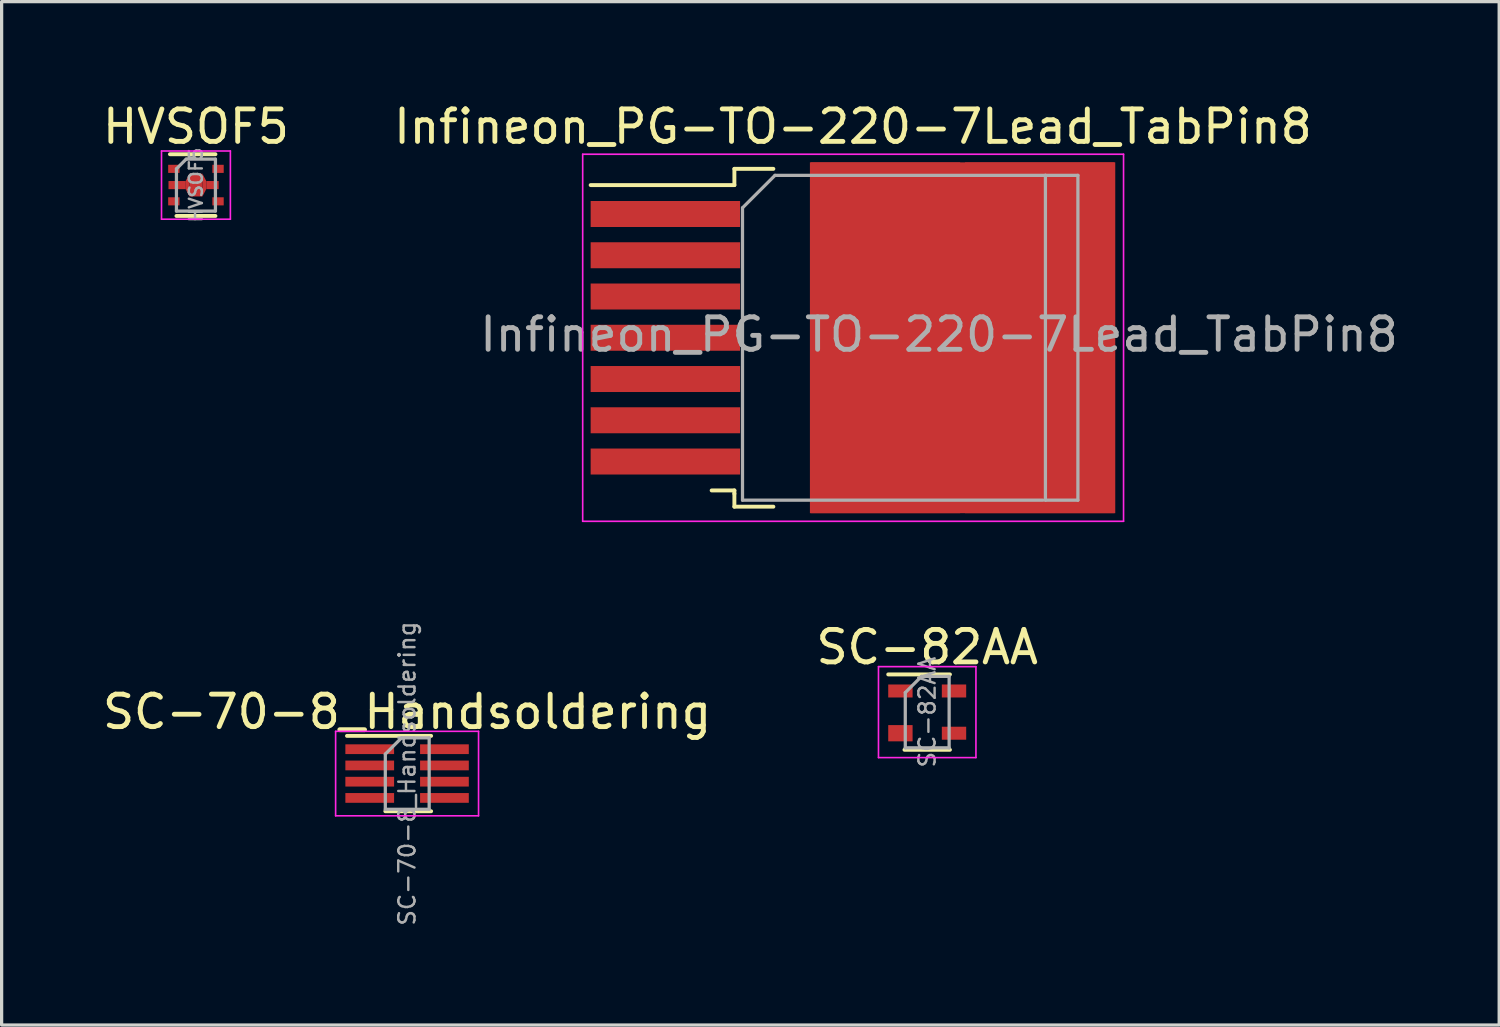
<source format=kicad_pcb>
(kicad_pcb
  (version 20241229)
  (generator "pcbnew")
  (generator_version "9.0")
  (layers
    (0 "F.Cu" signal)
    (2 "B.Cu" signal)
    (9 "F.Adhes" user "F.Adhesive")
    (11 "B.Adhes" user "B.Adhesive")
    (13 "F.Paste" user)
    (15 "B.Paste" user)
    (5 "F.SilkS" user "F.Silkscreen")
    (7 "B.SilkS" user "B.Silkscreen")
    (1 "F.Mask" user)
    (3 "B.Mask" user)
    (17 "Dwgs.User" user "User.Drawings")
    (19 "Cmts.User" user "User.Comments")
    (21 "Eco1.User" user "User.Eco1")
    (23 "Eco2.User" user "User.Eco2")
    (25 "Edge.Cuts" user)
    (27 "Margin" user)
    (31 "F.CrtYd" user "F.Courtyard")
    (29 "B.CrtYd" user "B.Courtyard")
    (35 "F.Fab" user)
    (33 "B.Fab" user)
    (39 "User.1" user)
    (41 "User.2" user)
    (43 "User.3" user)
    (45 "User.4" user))
  (footprint "HVSOF5"
    (layer "F.Cu")
    (at 2.982 2.648)
    (property "Reference" "HVSOF5" (at 0 -1.8 0) (layer "F.SilkS") (effects (font (size 1 1) (thickness 0.15))))
    (attr smd)
    (fp_line (start -0.8 -0.95) (end 0.6 -0.95) (stroke (width 0.12) (type solid)) (layer "F.SilkS"))
    (fp_line (start -0.6 0.95) (end 0.6 0.95) (stroke (width 0.12) (type solid)) (layer "F.SilkS"))
    (fp_line (start -1.06 -1.05) (end -1.06 1.05) (stroke (width 0.05) (type solid)) (layer "F.CrtYd"))
    (fp_line (start -1.06 -1.05) (end 1.06 -1.05) (stroke (width 0.05) (type solid)) (layer "F.CrtYd"))
    (fp_line (start 1.06 1.05) (end -1.06 1.05) (stroke (width 0.05) (type solid)) (layer "F.CrtYd"))
    (fp_line (start 1.06 1.05) (end 1.06 -1.05) (stroke (width 0.05) (type solid)) (layer "F.CrtYd"))
    (fp_line (start -0.6 -0.5) (end -0.6 0.8) (stroke (width 0.1) (type solid)) (layer "F.Fab"))
    (fp_line (start -0.6 -0.5) (end -0.3 -0.8) (stroke (width 0.1) (type solid)) (layer "F.Fab"))
    (fp_line (start 0.6 -0.8) (end -0.3 -0.8) (stroke (width 0.1) (type solid)) (layer "F.Fab"))
    (fp_line (start 0.6 -0.8) (end 0.6 0.8) (stroke (width 0.1) (type solid)) (layer "F.Fab"))
    (fp_line (start 0.6 0.8) (end -0.6 0.8) (stroke (width 0.1) (type solid)) (layer "F.Fab"))
    (fp_text user "${REFERENCE}" (at 0 0 90) (layer "F.Fab") (effects (font (size 0.4 0.4) (thickness 0.075))))
    (pad "1" smd rect (at -0.68 -0.5 270) (size 0.25 0.35) (layers "F.Cu" "F.Mask" "F.Paste"))
    (pad "2" smd rect (at -0.58 0 270) (size 0.25 0.53) (layers "F.Cu" "F.Mask" "F.Paste"))
    (pad "2" smd trapezoid (at -0.26 0 270) (size 0.47 0.12) (rect_delta 0 -0.23) (layers "F.Cu" "F.Mask" "F.Paste"))
    (pad "2" smd rect (at 0 0 270) (size 0.7 0.4) (layers "F.Cu" "F.Mask" "F.Paste"))
    (pad "2" smd trapezoid (at 0.26 0 270) (size 0.47 0.12) (rect_delta 0 0.23) (layers "F.Cu" "F.Mask" "F.Paste"))
    (pad "2" smd rect (at 0.51 0 270) (size 0.25 0.38) (layers "F.Cu" "F.Mask" "F.Paste"))
    (pad "3" smd rect (at -0.68 0.5 270) (size 0.25 0.35) (layers "F.Cu" "F.Mask" "F.Paste"))
    (pad "4" smd rect (at 0.68 0.5 270) (size 0.25 0.35) (layers "F.Cu" "F.Mask" "F.Paste"))
    (pad "5" smd rect (at 0.68 -0.5 270) (size 0.25 0.35) (layers "F.Cu" "F.Mask" "F.Paste")))
  (footprint "SC-82AA"
    (layer "F.Cu")
    (at 25.494 18.872)
    (property "Reference" "SC-82AA" (at 0 -2 0) (layer "F.SilkS") (effects (font (size 1 1) (thickness 0.15))))
    (attr smd)
    (fp_line (start -0.7 1.16) (end 0.7 1.16) (stroke (width 0.12) (type solid)) (layer "F.SilkS"))
    (fp_line (start 0.7 -1.16) (end -1.2 -1.16) (stroke (width 0.12) (type solid)) (layer "F.SilkS"))
    (fp_line (start -1.5 -1.4) (end -1.5 1.4) (stroke (width 0.05) (type solid)) (layer "F.CrtYd"))
    (fp_line (start -1.5 -1.4) (end 1.5 -1.4) (stroke (width 0.05) (type solid)) (layer "F.CrtYd"))
    (fp_line (start -1.5 1.4) (end 1.5 1.4) (stroke (width 0.05) (type solid)) (layer "F.CrtYd"))
    (fp_line (start 1.5 1.4) (end 1.5 -1.4) (stroke (width 0.05) (type solid)) (layer "F.CrtYd"))
    (fp_line (start -0.675 -0.6) (end -0.675 1.1) (stroke (width 0.1) (type solid)) (layer "F.Fab"))
    (fp_line (start -0.175 -1.1) (end -0.675 -0.6) (stroke (width 0.1) (type solid)) (layer "F.Fab"))
    (fp_line (start 0.675 -1.1) (end -0.175 -1.1) (stroke (width 0.1) (type solid)) (layer "F.Fab"))
    (fp_line (start 0.675 -1.1) (end 0.675 1.1) (stroke (width 0.1) (type solid)) (layer "F.Fab"))
    (fp_line (start 0.675 1.1) (end -0.675 1.1) (stroke (width 0.1) (type solid)) (layer "F.Fab"))
    (fp_text user "${REFERENCE}" (at 0 0 90) (layer "F.Fab") (effects (font (size 0.5 0.5) (thickness 0.075))))
    (pad "1" smd rect (at -0.825 -0.65) (size 0.75 0.4) (layers "F.Cu" "F.Mask" "F.Paste"))
    (pad "2" smd rect (at -0.825 0.65) (size 0.75 0.5) (layers "F.Cu" "F.Mask" "F.Paste"))
    (pad "3" smd rect (at 0.825 0.65) (size 0.75 0.4) (layers "F.Cu" "F.Mask" "F.Paste"))
    (pad "4" smd rect (at 0.825 -0.65) (size 0.75 0.4) (layers "F.Cu" "F.Mask" "F.Paste")))
  (footprint "SC-70-8_Handsoldering"
    (layer "F.Cu")
    (at 9.482 20.764)
    (property "Reference" "SC-70-8_Handsoldering" (at 0 -1.9 0) (layer "F.SilkS") (effects (font (size 1 1) (thickness 0.15))))
    (attr smd)
    (fp_line (start -0.67 1.16) (end 0.74 1.16) (stroke (width 0.12) (type solid)) (layer "F.SilkS"))
    (fp_line (start 0.74 -1.16) (end -1.85 -1.16) (stroke (width 0.12) (type solid)) (layer "F.SilkS"))
    (fp_line (start -2.2 -1.3) (end 2.2 -1.3) (stroke (width 0.05) (type solid)) (layer "F.CrtYd"))
    (fp_line (start -2.2 1.3) (end -2.2 -1.3) (stroke (width 0.05) (type solid)) (layer "F.CrtYd"))
    (fp_line (start 2.2 -1.3) (end 2.2 1.3) (stroke (width 0.05) (type solid)) (layer "F.CrtYd"))
    (fp_line (start 2.2 1.3) (end -2.2 1.3) (stroke (width 0.05) (type solid)) (layer "F.CrtYd"))
    (fp_line (start -0.67 -0.6) (end -0.67 1.1) (stroke (width 0.1) (type solid)) (layer "F.Fab"))
    (fp_line (start -0.17 -1.1) (end -0.67 -0.6) (stroke (width 0.1) (type solid)) (layer "F.Fab"))
    (fp_line (start 0.68 -1.1) (end -0.17 -1.1) (stroke (width 0.1) (type solid)) (layer "F.Fab"))
    (fp_line (start 0.68 -1.1) (end 0.68 1.1) (stroke (width 0.1) (type solid)) (layer "F.Fab"))
    (fp_line (start 0.68 1.1) (end -0.67 1.1) (stroke (width 0.1) (type solid)) (layer "F.Fab"))
    (fp_text user "${REFERENCE}" (at 0 0 90) (layer "F.Fab") (effects (font (size 0.5 0.5) (thickness 0.075))))
    (pad "1" smd rect (at -1.15 -0.75 270) (size 0.3 1.5) (layers "F.Cu" "F.Mask" "F.Paste"))
    (pad "2" smd rect (at -1.15 -0.25 270) (size 0.3 1.5) (layers "F.Cu" "F.Mask" "F.Paste"))
    (pad "3" smd rect (at -1.15 0.25 270) (size 0.3 1.5) (layers "F.Cu" "F.Mask" "F.Paste"))
    (pad "4" smd rect (at -1.15 0.75 270) (size 0.3 1.5) (layers "F.Cu" "F.Mask" "F.Paste"))
    (pad "5" smd rect (at 1.15 0.75 270) (size 0.3 1.5) (layers "F.Cu" "F.Mask" "F.Paste"))
    (pad "6" smd rect (at 1.15 0.25 270) (size 0.3 1.5) (layers "F.Cu" "F.Mask" "F.Paste"))
    (pad "7" smd rect (at 1.15 -0.25 270) (size 0.3 1.5) (layers "F.Cu" "F.Mask" "F.Paste"))
    (pad "8" smd rect (at 1.15 -0.75 270) (size 0.3 1.5) (layers "F.Cu" "F.Mask" "F.Paste")))
  (footprint "Infineon_PG-TO-220-7Lead_TabPin8"
    (layer "F.Cu")
    (at 23.208 7.348)
    (property "Reference" "Infineon_PG-TO-220-7Lead_TabPin8" (at 0 -6.5 0) (layer "F.SilkS") (effects (font (size 1 1) (thickness 0.15))))
    (attr smd)
    (fp_line (start -8.075 -4.7) (end -3.65 -4.7) (stroke (width 0.12) (type solid)) (layer "F.SilkS"))
    (fp_line (start -4.35 4.7) (end -3.65 4.7) (stroke (width 0.12) (type solid)) (layer "F.SilkS"))
    (fp_line (start -3.65 -5.2) (end -2.45 -5.2) (stroke (width 0.12) (type solid)) (layer "F.SilkS"))
    (fp_line (start -3.65 -4.7) (end -3.65 -5.2) (stroke (width 0.12) (type solid)) (layer "F.SilkS"))
    (fp_line (start -3.65 4.7) (end -3.65 4.8) (stroke (width 0.12) (type solid)) (layer "F.SilkS"))
    (fp_line (start -3.65 5.2) (end -3.65 4.8) (stroke (width 0.12) (type solid)) (layer "F.SilkS"))
    (fp_line (start -2.45 5.2) (end -3.65 5.2) (stroke (width 0.12) (type solid)) (layer "F.SilkS"))
    (fp_line (start -8.32 -5.65) (end -8.32 5.65) (stroke (width 0.05) (type solid)) (layer "F.CrtYd"))
    (fp_line (start -8.32 -5.65) (end 8.33 -5.65) (stroke (width 0.05) (type solid)) (layer "F.CrtYd"))
    (fp_line (start 8.33 5.65) (end -8.32 5.65) (stroke (width 0.05) (type solid)) (layer "F.CrtYd"))
    (fp_line (start 8.33 5.65) (end 8.33 -5.65) (stroke (width 0.05) (type solid)) (layer "F.CrtYd"))
    (fp_line (start -3.4 -4) (end -3.4 5) (stroke (width 0.1) (type solid)) (layer "F.Fab"))
    (fp_line (start -3.4 -4) (end -2.4 -5) (stroke (width 0.1) (type solid)) (layer "F.Fab"))
    (fp_line (start -3.4 5) (end 5.85 5) (stroke (width 0.1) (type solid)) (layer "F.Fab"))
    (fp_line (start -2.4 -5) (end 5.925 -5) (stroke (width 0.1) (type solid)) (layer "F.Fab"))
    (fp_line (start 5.925 -5) (end 5.925 5) (stroke (width 0.1) (type solid)) (layer "F.Fab"))
    (fp_line (start 5.925 -5) (end 6.925 -5) (stroke (width 0.1) (type solid)) (layer "F.Fab"))
    (fp_line (start 5.925 5) (end 6.925 5) (stroke (width 0.1) (type solid)) (layer "F.Fab"))
    (fp_line (start 6.925 -5) (end 6.925 5) (stroke (width 0.1) (type solid)) (layer "F.Fab"))
    (fp_text user "${REFERENCE}" (at 2.65 -0.1 0) (layer "F.Fab") (effects (font (size 1 1) (thickness 0.15))))
    (pad "1" smd rect (at -5.775 -3.81) (size 4.6 0.8) (layers "F.Cu" "F.Mask" "F.Paste"))
    (pad "2" smd rect (at -5.775 -2.54) (size 4.6 0.8) (layers "F.Cu" "F.Mask" "F.Paste"))
    (pad "3" smd rect (at -5.775 -1.27) (size 4.6 0.8) (layers "F.Cu" "F.Mask" "F.Paste"))
    (pad "4" smd rect (at -5.775 0) (size 4.6 0.8) (layers "F.Cu" "F.Mask" "F.Paste"))
    (pad "5" smd rect (at -5.775 1.27) (size 4.6 0.8) (layers "F.Cu" "F.Mask" "F.Paste"))
    (pad "6" smd rect (at -5.775 2.54) (size 4.6 0.8) (layers "F.Cu" "F.Mask" "F.Paste"))
    (pad "7" smd rect (at -5.775 3.81) (size 4.6 0.8) (layers "F.Cu" "F.Mask" "F.Paste"))
    (pad "8" smd rect (at 1 -2.75) (size 4.6 5.3) (layers "F.Cu" "F.Paste"))
    (pad "8" smd rect (at 1 2.75) (size 4.6 5.3) (layers "F.Cu" "F.Paste"))
    (pad "8" smd rect (at 3.375 0) (size 9.4 10.8) (layers "F.Cu" "F.Mask"))
    (pad "8" smd rect (at 5.75 -2.75) (size 4.6 5.3) (layers "F.Cu" "F.Paste"))
    (pad "8" smd rect (at 5.75 2.75) (size 4.6 5.3) (layers "F.Cu" "F.Paste")))
  (gr_rect
    (start -3 -3)
    (end 43.102 28.505)
    (stroke (width 0.1) (type default))
    (fill no)
    (layer "Edge.Cuts")))
</source>
